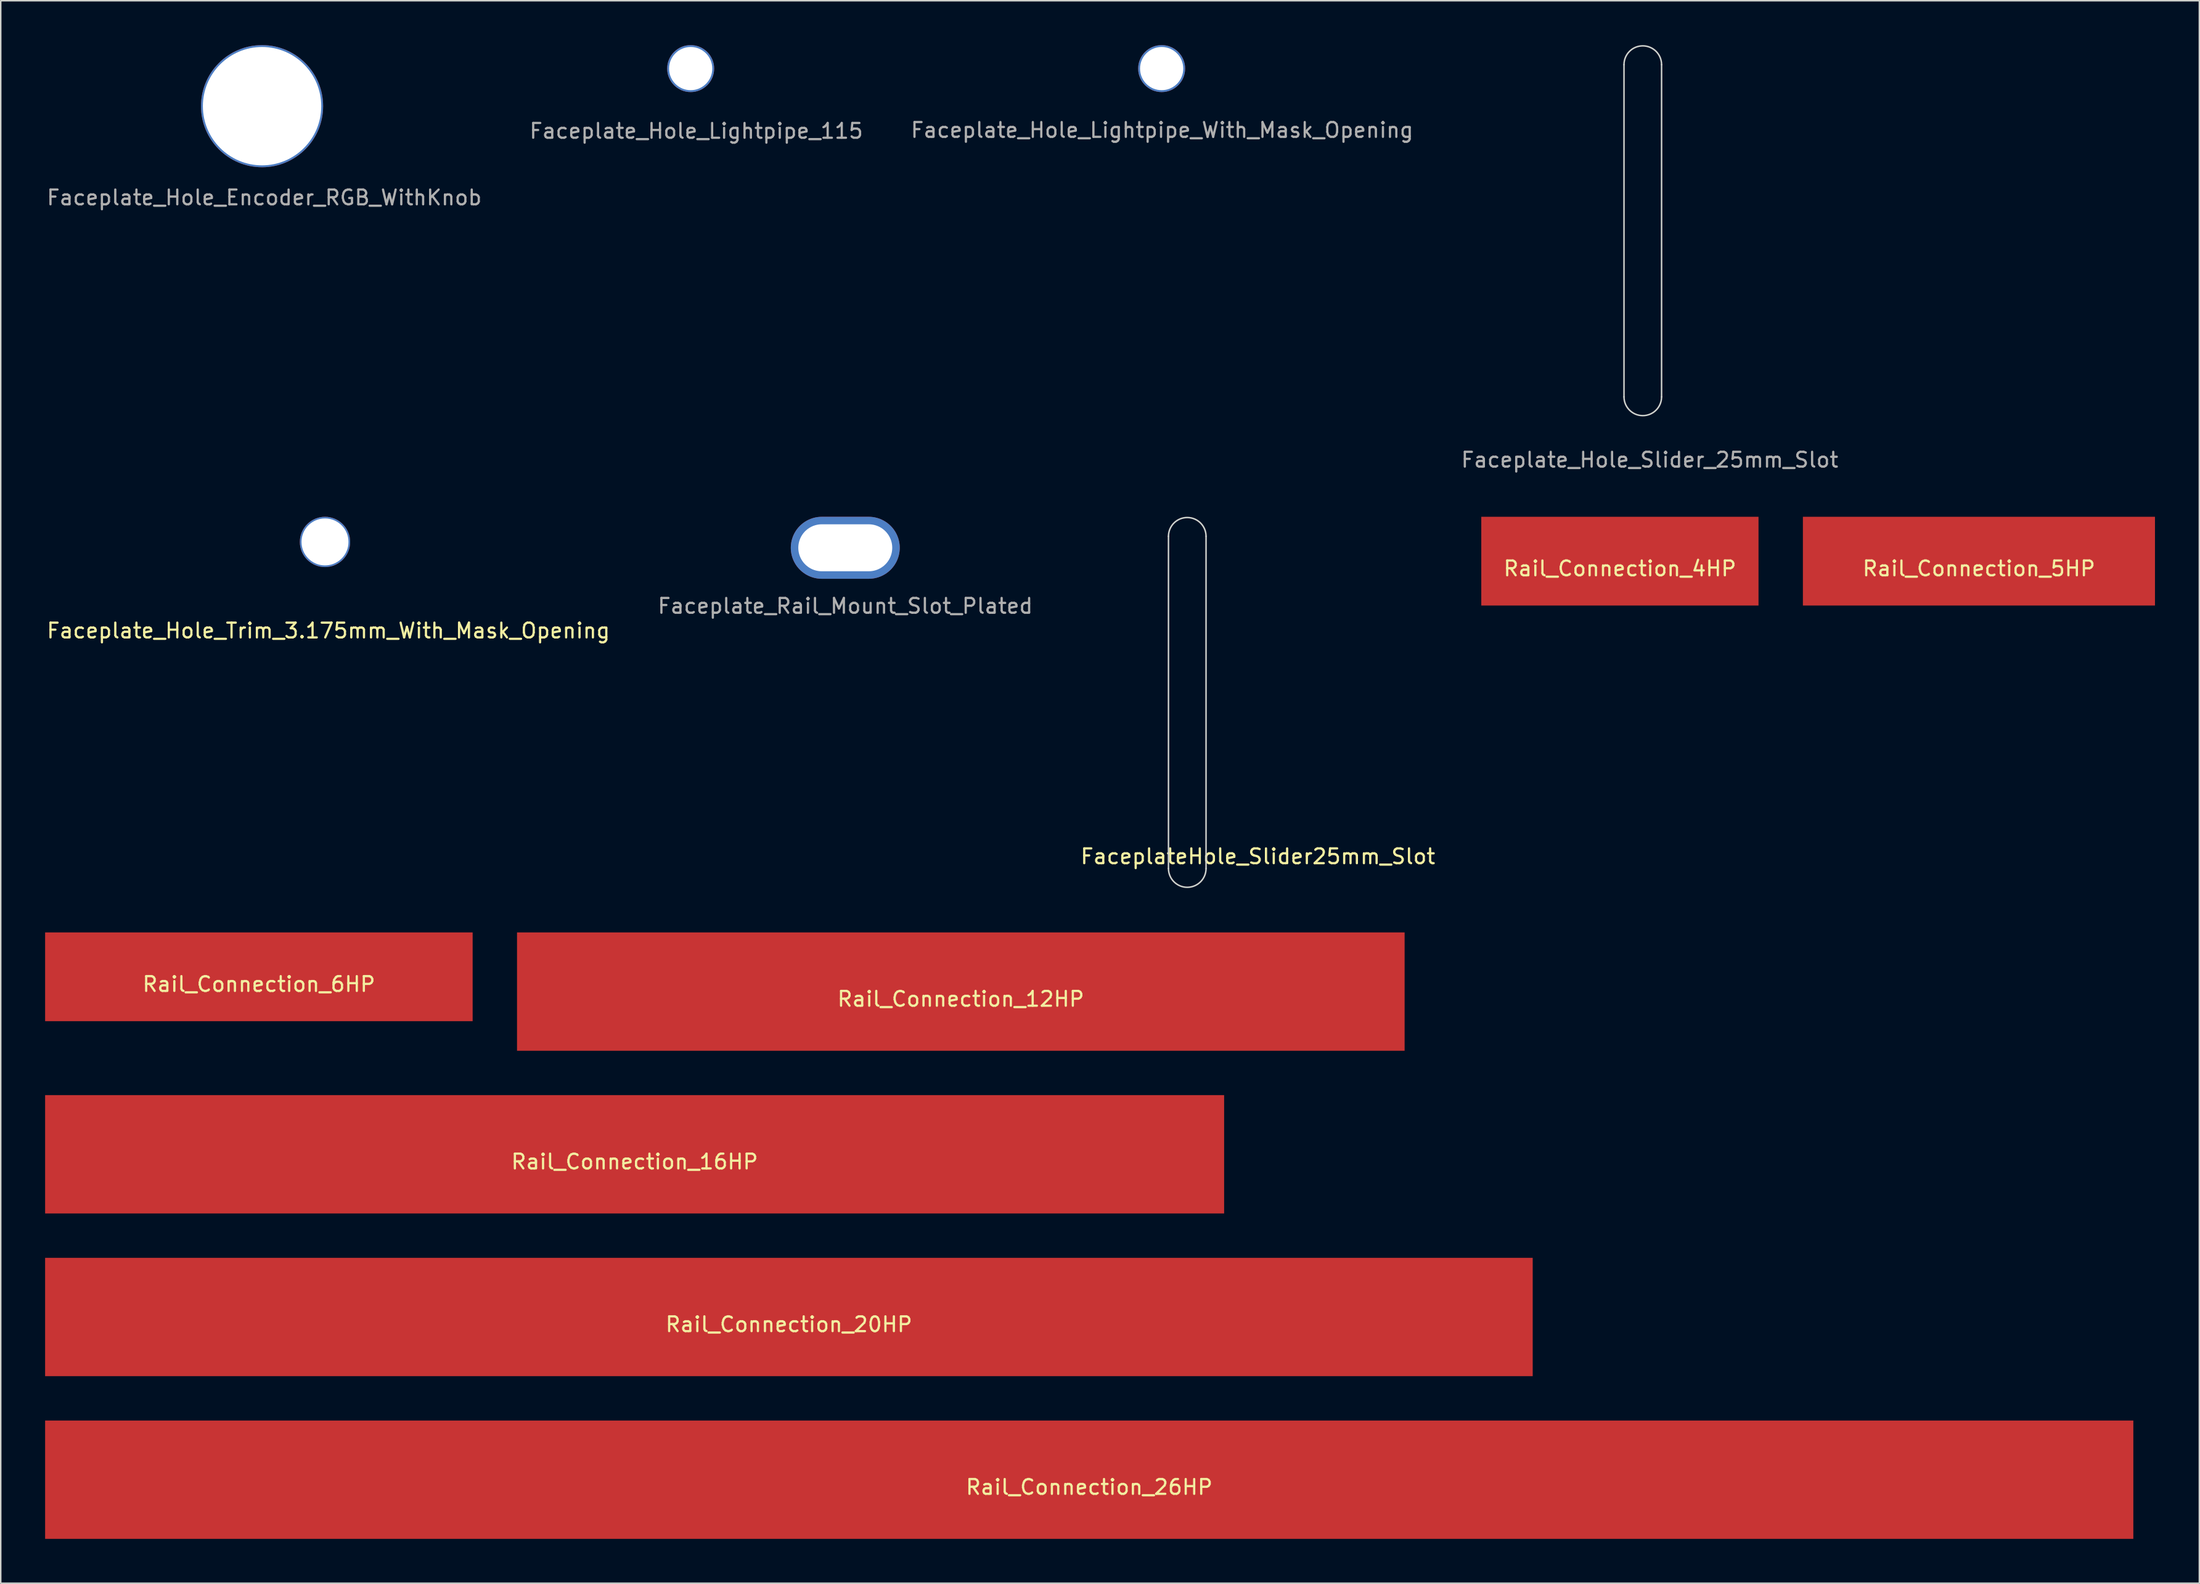
<source format=kicad_pcb>
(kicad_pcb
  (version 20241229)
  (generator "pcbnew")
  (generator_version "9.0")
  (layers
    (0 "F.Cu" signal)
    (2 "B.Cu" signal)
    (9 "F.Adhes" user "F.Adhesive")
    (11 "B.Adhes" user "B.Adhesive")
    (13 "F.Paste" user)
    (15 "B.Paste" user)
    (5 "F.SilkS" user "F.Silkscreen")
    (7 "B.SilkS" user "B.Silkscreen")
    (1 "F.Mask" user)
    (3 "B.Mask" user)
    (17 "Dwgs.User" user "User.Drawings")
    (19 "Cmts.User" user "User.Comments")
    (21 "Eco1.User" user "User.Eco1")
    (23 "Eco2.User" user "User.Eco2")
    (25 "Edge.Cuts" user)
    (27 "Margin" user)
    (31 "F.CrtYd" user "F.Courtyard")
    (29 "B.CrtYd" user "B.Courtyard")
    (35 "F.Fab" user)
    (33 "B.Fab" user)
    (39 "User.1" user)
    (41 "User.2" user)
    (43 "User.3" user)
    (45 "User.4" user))
  (footprint "Faceplate_Hole_Slider_25mm_Slot"
    (layer "F.Cu")
    (at 108 12.55)
    (property "Reference" "Faceplate_Hole_Slider_25mm_Slot" (at 0.47 15.49 0) (layer "F.Fab") (effects (font (size 1 1) (thickness 0.15))))
    (attr through_hole)
    (fp_line (start -1.27 -11.23) (end -1.27 11.23) (stroke (width 0.1) (type solid)) (layer "Edge.Cuts"))
    (fp_line (start 1.27 -11.23) (end 1.27 11.23) (stroke (width 0.1) (type solid)) (layer "Edge.Cuts"))
    (fp_arc (start -1.27 -11.23) (mid 0 -12.5) (end 1.27 -11.23) (stroke (width 0.1) (type solid)) (layer "Edge.Cuts"))
    (fp_arc (start 1.27 11.23) (mid 0 12.5) (end -1.27 11.23) (stroke (width 0.1) (type solid)) (layer "Edge.Cuts")))
  (footprint "Rail_Connection_12HP"
    (layer "F.Cu")
    (at 61.9 63.988)
    (property "Reference" "Rail_Connection_12HP" (at 0 0.5 0) (layer "F.SilkS") (effects (font (size 1 1) (thickness 0.15))))
    (attr through_hole)
    (pad "1" smd rect (at 0 0) (size 60 8) (layers "F.Cu" "F.Mask" "F.Paste")))
  (footprint "Faceplate_Hole_Lightpipe_115"
    (layer "F.Cu")
    (at 43.638 1.587)
    (property "Reference" "Faceplate_Hole_Lightpipe_115" (at 0.38 4.22 0) (layer "F.Fab") (effects (font (size 1 1) (thickness 0.15))))
    (attr through_hole)
    (pad "1" thru_hole circle (at 0 0) (size 3.175 3.175) (drill 2.921) (layers "*.Cu")))
  (footprint "Rail_Connection_16HP"
    (layer "F.Cu")
    (at 39.85 74.988)
    (property "Reference" "Rail_Connection_16HP" (at 0 0.5 0) (layer "F.SilkS") (effects (font (size 1 1) (thickness 0.15))))
    (attr through_hole)
    (pad "1" smd rect (at 0 0) (size 79.7 8) (layers "F.Cu" "F.Mask" "F.Paste")))
  (footprint "Rail_Connection_26HP"
    (layer "F.Cu")
    (at 70.58 96.988)
    (property "Reference" "Rail_Connection_26HP" (at 0 0.5 0) (layer "F.SilkS") (effects (font (size 1 1) (thickness 0.15))))
    (attr through_hole)
    (pad "1" smd rect (at 0 0) (size 141.16 8) (layers "F.Cu" "F.Mask" "F.Paste")))
  (footprint "Faceplate_Rail_Mount_Slot_Plated"
    (layer "F.Cu")
    (at 54.089 33.984)
    (property "Reference" "Faceplate_Rail_Mount_Slot_Plated" (at 0 3.937 0) (layer "F.Fab") (effects (font (size 1 1) (thickness 0.15))))
    (attr through_hole)
    (fp_line (start -0.508 0) (end 0.508 0) (stroke (width 0.15) (type solid)) (layer "F.Fab"))
    (fp_line (start 0 -0.508) (end 0 0.508) (stroke (width 0.15) (type solid)) (layer "F.Fab"))
    (pad "1" thru_hole oval (at 0 0) (size 7.366 4.191) (drill oval 6.35 3.175) (layers "*.Cu" "*.Mask")))
  (footprint "Rail_Connection_4HP"
    (layer "F.Cu")
    (at 106.453 34.888)
    (property "Reference" "Rail_Connection_4HP" (at 0 0.5 0) (layer "F.SilkS") (effects (font (size 1 1) (thickness 0.15))))
    (attr through_hole)
    (pad "1" smd rect (at 0 0) (size 18.74 6) (layers "F.Cu" "F.Mask" "F.Paste")))
  (footprint "Faceplate_Hole_Encoder_RGB_WithKnob"
    (layer "F.Cu")
    (at 14.665 4.128)
    (property "Reference" "Faceplate_Hole_Encoder_RGB_WithKnob" (at 0.15 6.18 0) (layer "F.Fab") (effects (font (size 1 1) (thickness 0.15))))
    (attr through_hole)
    (pad "1" thru_hole circle (at 0 0) (size 8.255 8.255) (drill 8.001) (layers "*.Cu" "*.Mask")))
  (footprint "Rail_Connection_20HP"
    (layer "F.Cu")
    (at 50.279 85.988)
    (property "Reference" "Rail_Connection_20HP" (at 0 0.5 0) (layer "F.SilkS") (effects (font (size 1 1) (thickness 0.15))))
    (attr through_hole)
    (pad "1" smd rect (at 0 0) (size 100.559 8) (layers "F.Cu" "F.Mask" "F.Paste")))
  (footprint "FaceplateHole_Slider25mm_Slot"
    (layer "F.Cu")
    (at 77.207 44.438)
    (property "Reference" "FaceplateHole_Slider25mm_Slot" (at 4.775 10.414 0) (layer "F.SilkS") (effects (font (size 1 1) (thickness 0.15))))
    (attr through_hole)
    (fp_line (start -1.27 -11.23) (end -1.27 11.23) (stroke (width 0.1) (type solid)) (layer "Edge.Cuts"))
    (fp_line (start 1.27 -11.23) (end 1.27 11.23) (stroke (width 0.1) (type solid)) (layer "Edge.Cuts"))
    (fp_arc (start -1.27 -11.23) (mid 0 -12.5) (end 1.27 -11.23) (stroke (width 0.1) (type solid)) (layer "Edge.Cuts"))
    (fp_arc (start 1.27 11.23) (mid 0 12.5) (end -1.27 11.23) (stroke (width 0.1) (type solid)) (layer "Edge.Cuts")))
  (footprint "Rail_Connection_5HP"
    (layer "F.Cu")
    (at 130.723 34.888)
    (property "Reference" "Rail_Connection_5HP" (at 0 0.5 0) (layer "F.SilkS") (effects (font (size 1 1) (thickness 0.15))))
    (attr through_hole)
    (pad "1" smd rect (at 0 0) (size 23.8 6) (layers "F.Cu" "F.Mask" "F.Paste")))
  (footprint "Faceplate_Hole_Lightpipe_With_Mask_Opening"
    (layer "F.Cu")
    (at 75.476 1.587)
    (property "Reference" "Faceplate_Hole_Lightpipe_With_Mask_Opening" (at 0.03 4.16 0) (layer "F.Fab") (effects (font (size 1 1) (thickness 0.15))))
    (attr through_hole)
    (pad "1" thru_hole circle (at 0 0) (size 3.175 3.175) (drill 2.921) (layers "*.Cu" "*.Mask")))
  (footprint "Faceplate_Hole_Trim_3.175mm_With_Mask_Opening"
    (layer "F.Cu")
    (at 18.919 33.588)
    (property "Reference" "Faceplate_Hole_Trim_3.175mm_With_Mask_Opening" (at 0.23 6 0) (layer "F.SilkS") (effects (font (size 1 1) (thickness 0.15))))
    (attr through_hole)
    (fp_line (start -0.508 0) (end 0.508 0) (stroke (width 0.15) (type solid)) (layer "F.Fab"))
    (fp_line (start 0 -0.508) (end 0 0.508) (stroke (width 0.15) (type solid)) (layer "F.Fab"))
    (pad "1" thru_hole circle (at 0 0) (size 3.4 3.4) (drill 3.175) (layers "*.Cu" "*.Mask")))
  (footprint "Rail_Connection_6HP"
    (layer "F.Cu")
    (at 14.45 62.988)
    (property "Reference" "Rail_Connection_6HP" (at 0 0.5 0) (layer "F.SilkS") (effects (font (size 1 1) (thickness 0.15))))
    (attr through_hole)
    (pad "1" smd rect (at 0 0) (size 28.9 6) (layers "F.Cu" "F.Mask" "F.Paste")))
  (gr_rect
    (start -3 -3)
    (end 145.623 103.988)
    (stroke (width 0.1) (type default))
    (fill no)
    (layer "Edge.Cuts")))
</source>
